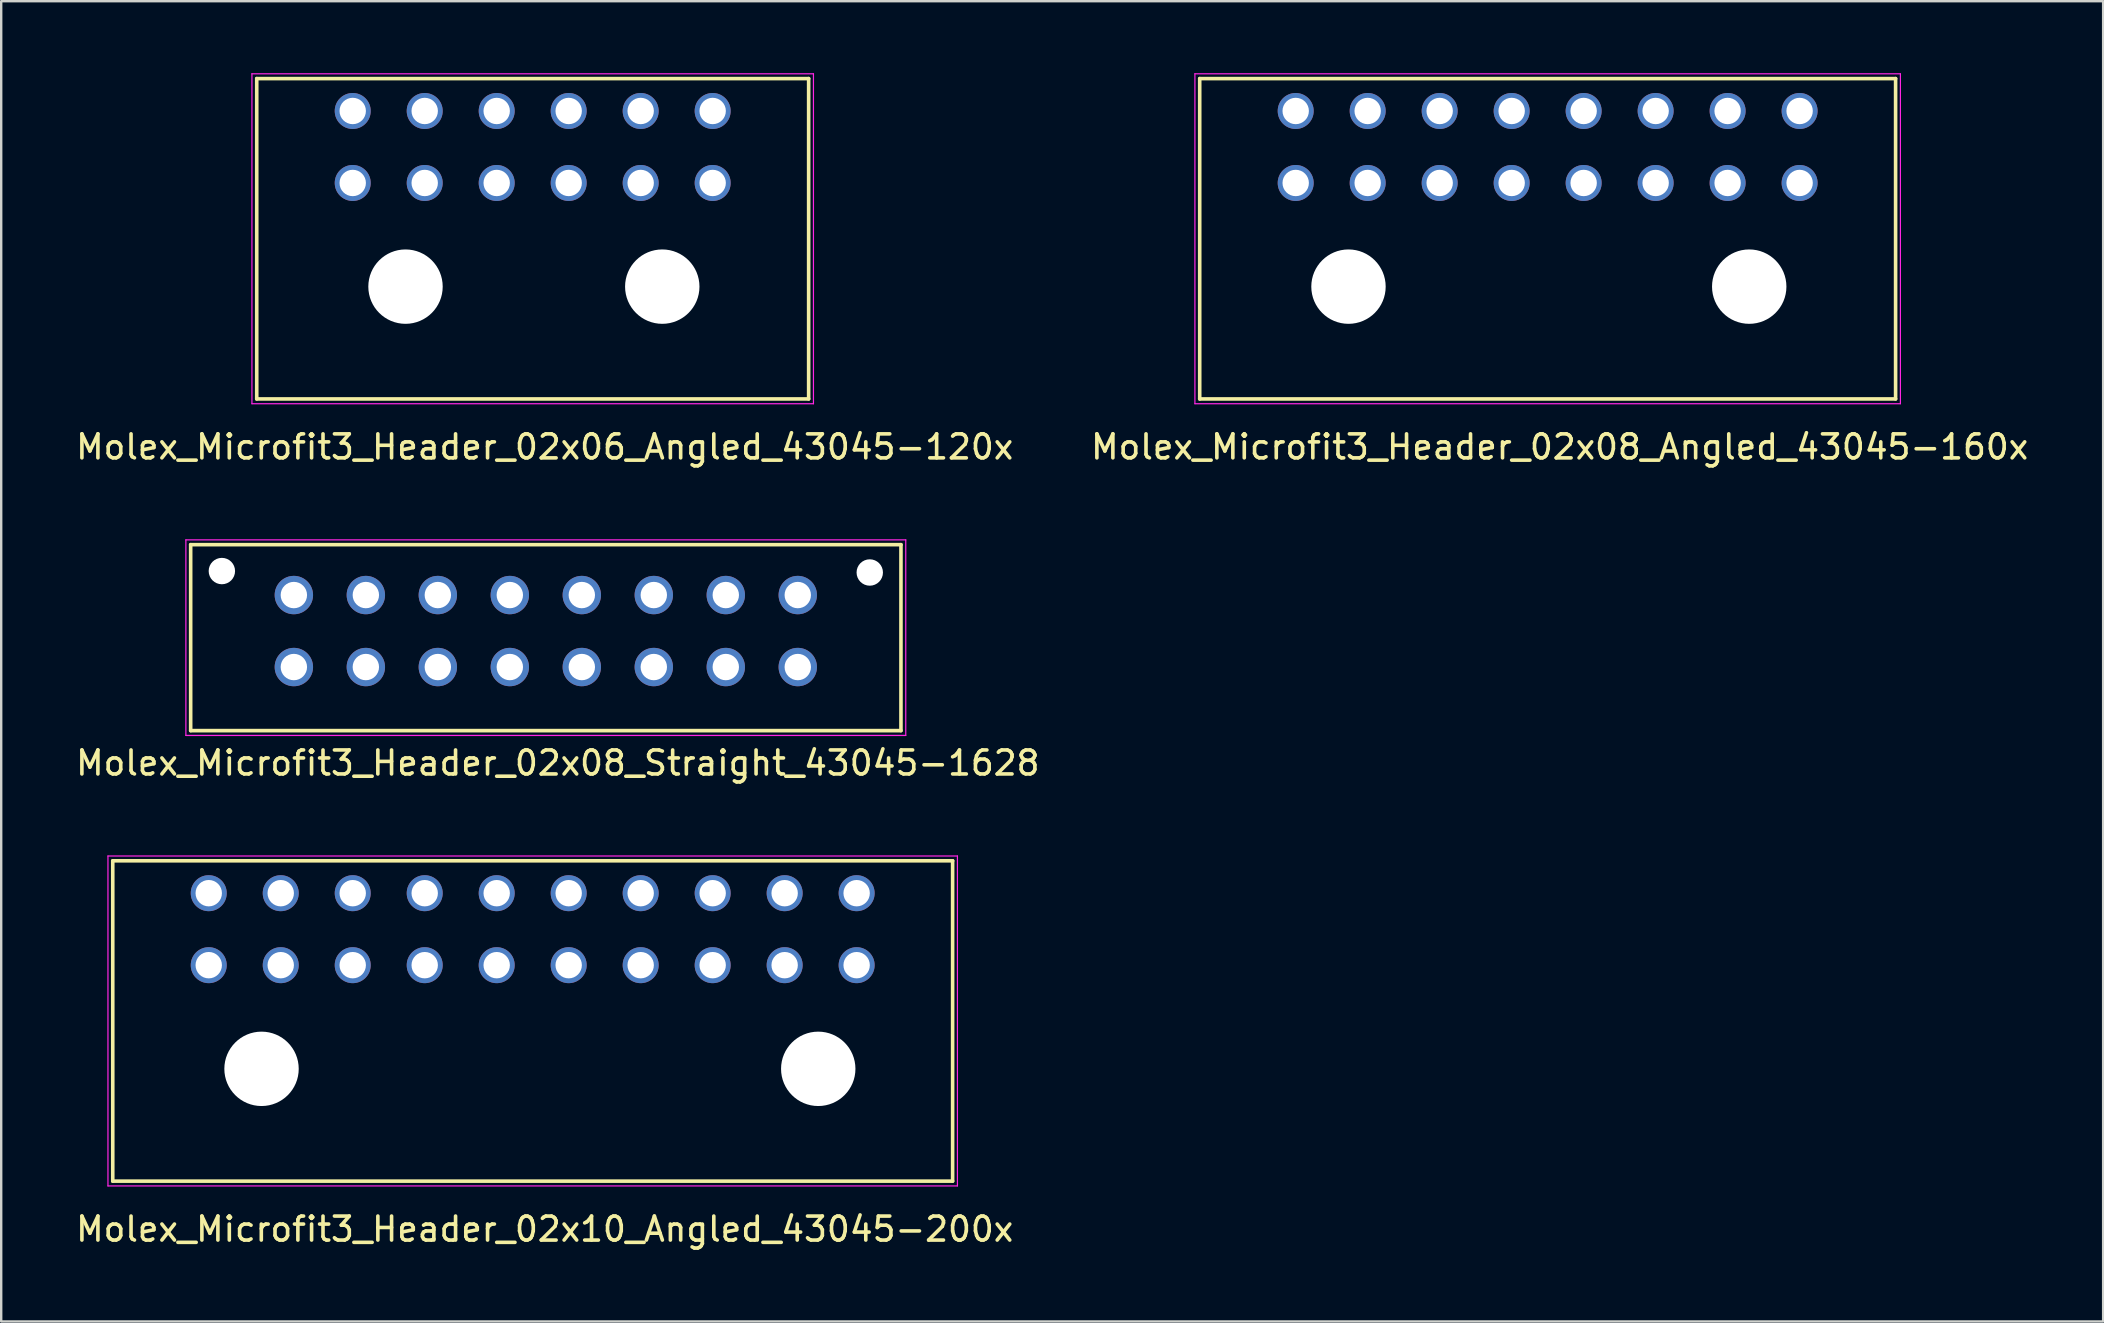
<source format=kicad_pcb>
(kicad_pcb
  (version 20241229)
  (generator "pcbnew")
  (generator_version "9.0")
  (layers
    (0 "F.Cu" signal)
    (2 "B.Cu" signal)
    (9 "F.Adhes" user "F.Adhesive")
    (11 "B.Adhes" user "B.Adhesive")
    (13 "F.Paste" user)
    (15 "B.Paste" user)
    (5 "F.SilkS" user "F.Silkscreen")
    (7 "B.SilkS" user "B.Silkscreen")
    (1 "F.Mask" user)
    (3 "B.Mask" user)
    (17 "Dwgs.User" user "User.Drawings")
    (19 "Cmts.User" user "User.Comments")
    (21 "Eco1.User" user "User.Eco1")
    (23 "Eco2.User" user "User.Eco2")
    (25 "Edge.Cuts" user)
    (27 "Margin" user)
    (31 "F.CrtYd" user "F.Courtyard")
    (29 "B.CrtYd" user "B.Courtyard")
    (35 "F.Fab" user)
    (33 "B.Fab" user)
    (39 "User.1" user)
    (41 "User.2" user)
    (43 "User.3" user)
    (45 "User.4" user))
  (footprint "Molex_Microfit3_Header_02x08_Straight_43045-1628"
    (layer "F.Cu")
    (at 30.196 24.748)
    (property "Reference" "Molex_Microfit3_Header_02x08_Straight_43045-1628" (at -10 4 0) (layer "F.SilkS") (effects (font (size 1 1) (thickness 0.15))))
    (attr through_hole)
    (fp_line (start -25.3 2.65) (end -25.3 -5.1) (stroke (width 0.15) (type solid)) (layer "F.SilkS"))
    (fp_line (start 4.3 -5.1) (end -25.3 -5.1) (stroke (width 0.15) (type solid)) (layer "F.SilkS"))
    (fp_line (start 4.3 2.65) (end -25.3 2.65) (stroke (width 0.15) (type solid)) (layer "F.SilkS"))
    (fp_line (start 4.3 2.65) (end 4.3 -5.1) (stroke (width 0.15) (type solid)) (layer "F.SilkS"))
    (fp_line (start -25.5 2.85) (end -25.5 -5.3) (stroke (width 0.05) (type solid)) (layer "F.CrtYd"))
    (fp_line (start 4.5 -5.3) (end -25.5 -5.3) (stroke (width 0.05) (type solid)) (layer "F.CrtYd"))
    (fp_line (start 4.5 2.85) (end -25.5 2.85) (stroke (width 0.05) (type solid)) (layer "F.CrtYd"))
    (fp_line (start 4.5 2.85) (end 4.5 -5.3) (stroke (width 0.05) (type solid)) (layer "F.CrtYd"))
    (pad "" np_thru_hole circle (at -24 -4) (size 1.1 1.1) (drill 1.1) (layers "*.Cu" "*.Mask"))
    (pad "" np_thru_hole circle (at 3 -3.94) (size 1.1 1.1) (drill 1.1) (layers "*.Cu" "*.Mask"))
    (pad "1" thru_hole circle (at 0 0) (size 1.6 1.6) (drill 1.1) (layers "*.Cu" "*.Mask"))
    (pad "2" thru_hole circle (at -3 0) (size 1.6 1.6) (drill 1.1) (layers "*.Cu" "*.Mask"))
    (pad "3" thru_hole circle (at -6 0) (size 1.6 1.6) (drill 1.1) (layers "*.Cu" "*.Mask"))
    (pad "4" thru_hole circle (at -9 0) (size 1.6 1.6) (drill 1.1) (layers "*.Cu" "*.Mask"))
    (pad "5" thru_hole circle (at -12 0) (size 1.6 1.6) (drill 1.1) (layers "*.Cu" "*.Mask"))
    (pad "6" thru_hole circle (at -15 0) (size 1.6 1.6) (drill 1.1) (layers "*.Cu" "*.Mask"))
    (pad "7" thru_hole circle (at -18 0) (size 1.6 1.6) (drill 1.1) (layers "*.Cu" "*.Mask"))
    (pad "8" thru_hole circle (at -21 0) (size 1.6 1.6) (drill 1.1) (layers "*.Cu" "*.Mask"))
    (pad "9" thru_hole circle (at 0 -3) (size 1.6 1.6) (drill 1.1) (layers "*.Cu" "*.Mask"))
    (pad "10" thru_hole circle (at -3 -3) (size 1.6 1.6) (drill 1.1) (layers "*.Cu" "*.Mask"))
    (pad "11" thru_hole circle (at -6 -3) (size 1.6 1.6) (drill 1.1) (layers "*.Cu" "*.Mask"))
    (pad "12" thru_hole circle (at -9 -3) (size 1.6 1.6) (drill 1.1) (layers "*.Cu" "*.Mask"))
    (pad "13" thru_hole circle (at -12 -3) (size 1.6 1.6) (drill 1.1) (layers "*.Cu" "*.Mask"))
    (pad "14" thru_hole circle (at -15 -3) (size 1.6 1.6) (drill 1.1) (layers "*.Cu" "*.Mask"))
    (pad "15" thru_hole circle (at -18 -3) (size 1.6 1.6) (drill 1.1) (layers "*.Cu" "*.Mask"))
    (pad "16" thru_hole circle (at -21 -3) (size 1.6 1.6) (drill 1.1) (layers "*.Cu" "*.Mask")))
  (footprint "Molex_Microfit3_Header_02x08_Angled_43045-160x"
    (layer "F.Cu")
    (at 71.946 4.575)
    (property "Reference" "Molex_Microfit3_Header_02x08_Angled_43045-160x" (at -10 11 0) (layer "F.SilkS") (effects (font (size 1 1) (thickness 0.15))))
    (attr through_hole)
    (fp_line (start -25 -4.35) (end 4 -4.35) (stroke (width 0.15) (type solid)) (layer "F.SilkS"))
    (fp_line (start -25 9) (end -25 -4.35) (stroke (width 0.15) (type solid)) (layer "F.SilkS"))
    (fp_line (start 4 -4.35) (end 4 9) (stroke (width 0.15) (type solid)) (layer "F.SilkS"))
    (fp_line (start 4 9) (end -25 9) (stroke (width 0.15) (type solid)) (layer "F.SilkS"))
    (fp_line (start -25.2 -4.55) (end -25.2 9.2) (stroke (width 0.05) (type solid)) (layer "F.CrtYd"))
    (fp_line (start -25.2 9.2) (end 4.2 9.2) (stroke (width 0.05) (type solid)) (layer "F.CrtYd"))
    (fp_line (start 4.2 -4.55) (end -25.2 -4.55) (stroke (width 0.05) (type solid)) (layer "F.CrtYd"))
    (fp_line (start 4.2 9.2) (end 4.2 -4.55) (stroke (width 0.05) (type solid)) (layer "F.CrtYd"))
    (pad "" np_thru_hole circle (at -18.8 4.32) (size 3.1 3.1) (drill 3.1) (layers "*.Cu" "*.Mask"))
    (pad "" np_thru_hole circle (at -2.1 4.32) (size 3.1 3.1) (drill 3.1) (layers "*.Cu" "*.Mask"))
    (pad "1" thru_hole circle (at 0 0) (size 1.5 1.5) (drill 1.1) (layers "*.Cu" "*.Mask"))
    (pad "2" thru_hole circle (at -3 0) (size 1.5 1.5) (drill 1.1) (layers "*.Cu" "*.Mask"))
    (pad "3" thru_hole circle (at -6 0) (size 1.5 1.5) (drill 1.1) (layers "*.Cu" "*.Mask"))
    (pad "4" thru_hole circle (at -9 0) (size 1.5 1.5) (drill 1.1) (layers "*.Cu" "*.Mask"))
    (pad "5" thru_hole circle (at -12 0) (size 1.5 1.5) (drill 1.1) (layers "*.Cu" "*.Mask"))
    (pad "6" thru_hole circle (at -15 0) (size 1.5 1.5) (drill 1.1) (layers "*.Cu" "*.Mask"))
    (pad "7" thru_hole circle (at -18 0) (size 1.5 1.5) (drill 1.1) (layers "*.Cu" "*.Mask"))
    (pad "8" thru_hole circle (at -21 0) (size 1.5 1.5) (drill 1.1) (layers "*.Cu" "*.Mask"))
    (pad "9" thru_hole circle (at 0 -3) (size 1.5 1.5) (drill 1.1) (layers "*.Cu" "*.Mask"))
    (pad "10" thru_hole circle (at -3 -3) (size 1.5 1.5) (drill 1.1) (layers "*.Cu" "*.Mask"))
    (pad "11" thru_hole circle (at -6 -3) (size 1.5 1.5) (drill 1.1) (layers "*.Cu" "*.Mask"))
    (pad "12" thru_hole circle (at -9 -3) (size 1.5 1.5) (drill 1.1) (layers "*.Cu" "*.Mask"))
    (pad "13" thru_hole circle (at -12 -3) (size 1.5 1.5) (drill 1.1) (layers "*.Cu" "*.Mask"))
    (pad "14" thru_hole circle (at -15 -3) (size 1.5 1.5) (drill 1.1) (layers "*.Cu" "*.Mask"))
    (pad "15" thru_hole circle (at -18 -3) (size 1.5 1.5) (drill 1.1) (layers "*.Cu" "*.Mask"))
    (pad "16" thru_hole circle (at -21 -3) (size 1.5 1.5) (drill 1.1) (layers "*.Cu" "*.Mask")))
  (footprint "Molex_Microfit3_Header_02x06_Angled_43045-120x"
    (layer "F.Cu")
    (at 26.649 4.575)
    (property "Reference" "Molex_Microfit3_Header_02x06_Angled_43045-120x" (at -7 11 0) (layer "F.SilkS") (effects (font (size 1 1) (thickness 0.15))))
    (attr through_hole)
    (fp_line (start -19 -4.35) (end 4 -4.35) (stroke (width 0.15) (type solid)) (layer "F.SilkS"))
    (fp_line (start -19 9) (end -19 -4.35) (stroke (width 0.15) (type solid)) (layer "F.SilkS"))
    (fp_line (start 4 -4.35) (end 4 9) (stroke (width 0.15) (type solid)) (layer "F.SilkS"))
    (fp_line (start 4 9) (end -19 9) (stroke (width 0.15) (type solid)) (layer "F.SilkS"))
    (fp_line (start -19.2 -4.55) (end -19.2 9.2) (stroke (width 0.05) (type solid)) (layer "F.CrtYd"))
    (fp_line (start -19.2 9.2) (end 4.2 9.2) (stroke (width 0.05) (type solid)) (layer "F.CrtYd"))
    (fp_line (start 4.2 -4.55) (end -19.2 -4.55) (stroke (width 0.05) (type solid)) (layer "F.CrtYd"))
    (fp_line (start 4.2 9.2) (end 4.2 -4.55) (stroke (width 0.05) (type solid)) (layer "F.CrtYd"))
    (pad "" np_thru_hole circle (at -12.8 4.32) (size 3.1 3.1) (drill 3.1) (layers "*.Cu" "*.Mask"))
    (pad "" np_thru_hole circle (at -2.1 4.32) (size 3.1 3.1) (drill 3.1) (layers "*.Cu" "*.Mask"))
    (pad "1" thru_hole circle (at 0 0) (size 1.5 1.5) (drill 1.1) (layers "*.Cu" "*.Mask"))
    (pad "2" thru_hole circle (at -3 0) (size 1.5 1.5) (drill 1.1) (layers "*.Cu" "*.Mask"))
    (pad "3" thru_hole circle (at -6 0) (size 1.5 1.5) (drill 1.1) (layers "*.Cu" "*.Mask"))
    (pad "4" thru_hole circle (at -9 0) (size 1.5 1.5) (drill 1.1) (layers "*.Cu" "*.Mask"))
    (pad "5" thru_hole circle (at -12 0) (size 1.5 1.5) (drill 1.1) (layers "*.Cu" "*.Mask"))
    (pad "6" thru_hole circle (at -15 0) (size 1.5 1.5) (drill 1.1) (layers "*.Cu" "*.Mask"))
    (pad "7" thru_hole circle (at 0 -3) (size 1.5 1.5) (drill 1.1) (layers "*.Cu" "*.Mask"))
    (pad "8" thru_hole circle (at -3 -3) (size 1.5 1.5) (drill 1.1) (layers "*.Cu" "*.Mask"))
    (pad "9" thru_hole circle (at -6 -3) (size 1.5 1.5) (drill 1.1) (layers "*.Cu" "*.Mask"))
    (pad "10" thru_hole circle (at -9 -3) (size 1.5 1.5) (drill 1.1) (layers "*.Cu" "*.Mask"))
    (pad "11" thru_hole circle (at -12 -3) (size 1.5 1.5) (drill 1.1) (layers "*.Cu" "*.Mask"))
    (pad "12" thru_hole circle (at -15 -3) (size 1.5 1.5) (drill 1.1) (layers "*.Cu" "*.Mask")))
  (footprint "Molex_Microfit3_Header_02x10_Angled_43045-200x"
    (layer "F.Cu")
    (at 32.649 37.172)
    (property "Reference" "Molex_Microfit3_Header_02x10_Angled_43045-200x" (at -13 11 0) (layer "F.SilkS") (effects (font (size 1 1) (thickness 0.15))))
    (attr through_hole)
    (fp_line (start -31 -4.35) (end 4 -4.35) (stroke (width 0.15) (type solid)) (layer "F.SilkS"))
    (fp_line (start -31 9) (end -31 -4.35) (stroke (width 0.15) (type solid)) (layer "F.SilkS"))
    (fp_line (start 4 -4.35) (end 4 9) (stroke (width 0.15) (type solid)) (layer "F.SilkS"))
    (fp_line (start 4 9) (end -31 9) (stroke (width 0.15) (type solid)) (layer "F.SilkS"))
    (fp_line (start -31.2 -4.55) (end -31.2 9.2) (stroke (width 0.05) (type solid)) (layer "F.CrtYd"))
    (fp_line (start -31.2 9.2) (end 4.2 9.2) (stroke (width 0.05) (type solid)) (layer "F.CrtYd"))
    (fp_line (start 4.2 -4.55) (end -31.2 -4.55) (stroke (width 0.05) (type solid)) (layer "F.CrtYd"))
    (fp_line (start 4.2 9.2) (end 4.2 -4.55) (stroke (width 0.05) (type solid)) (layer "F.CrtYd"))
    (pad "" np_thru_hole circle (at -24.8 4.32) (size 3.1 3.1) (drill 3.1) (layers "*.Cu" "*.Mask"))
    (pad "" np_thru_hole circle (at -1.6 4.32) (size 3.1 3.1) (drill 3.1) (layers "*.Cu" "*.Mask"))
    (pad "1" thru_hole circle (at 0 0) (size 1.5 1.5) (drill 1.1) (layers "*.Cu" "*.Mask"))
    (pad "2" thru_hole circle (at -3 0) (size 1.5 1.5) (drill 1.1) (layers "*.Cu" "*.Mask"))
    (pad "3" thru_hole circle (at -6 0) (size 1.5 1.5) (drill 1.1) (layers "*.Cu" "*.Mask"))
    (pad "4" thru_hole circle (at -9 0) (size 1.5 1.5) (drill 1.1) (layers "*.Cu" "*.Mask"))
    (pad "5" thru_hole circle (at -12 0) (size 1.5 1.5) (drill 1.1) (layers "*.Cu" "*.Mask"))
    (pad "6" thru_hole circle (at -15 0) (size 1.5 1.5) (drill 1.1) (layers "*.Cu" "*.Mask"))
    (pad "7" thru_hole circle (at -18 0) (size 1.5 1.5) (drill 1.1) (layers "*.Cu" "*.Mask"))
    (pad "8" thru_hole circle (at -21 0) (size 1.5 1.5) (drill 1.1) (layers "*.Cu" "*.Mask"))
    (pad "9" thru_hole circle (at -24 0) (size 1.5 1.5) (drill 1.1) (layers "*.Cu" "*.Mask"))
    (pad "10" thru_hole circle (at -27 0) (size 1.5 1.5) (drill 1.1) (layers "*.Cu" "*.Mask"))
    (pad "11" thru_hole circle (at 0 -3) (size 1.5 1.5) (drill 1.1) (layers "*.Cu" "*.Mask"))
    (pad "12" thru_hole circle (at -3 -3) (size 1.5 1.5) (drill 1.1) (layers "*.Cu" "*.Mask"))
    (pad "13" thru_hole circle (at -6 -3) (size 1.5 1.5) (drill 1.1) (layers "*.Cu" "*.Mask"))
    (pad "14" thru_hole circle (at -9 -3) (size 1.5 1.5) (drill 1.1) (layers "*.Cu" "*.Mask"))
    (pad "15" thru_hole circle (at -12 -3) (size 1.5 1.5) (drill 1.1) (layers "*.Cu" "*.Mask"))
    (pad "16" thru_hole circle (at -15 -3) (size 1.5 1.5) (drill 1.1) (layers "*.Cu" "*.Mask"))
    (pad "17" thru_hole circle (at -18 -3) (size 1.5 1.5) (drill 1.1) (layers "*.Cu" "*.Mask"))
    (pad "18" thru_hole circle (at -21 -3) (size 1.5 1.5) (drill 1.1) (layers "*.Cu" "*.Mask"))
    (pad "19" thru_hole circle (at -24 -3) (size 1.5 1.5) (drill 1.1) (layers "*.Cu" "*.Mask"))
    (pad "20" thru_hole circle (at -27 -3) (size 1.5 1.5) (drill 1.1) (layers "*.Cu" "*.Mask")))
  (gr_rect
    (start -3 -3)
    (end 84.595 52.02)
    (stroke (width 0.1) (type default))
    (fill no)
    (layer "Edge.Cuts")))
</source>
